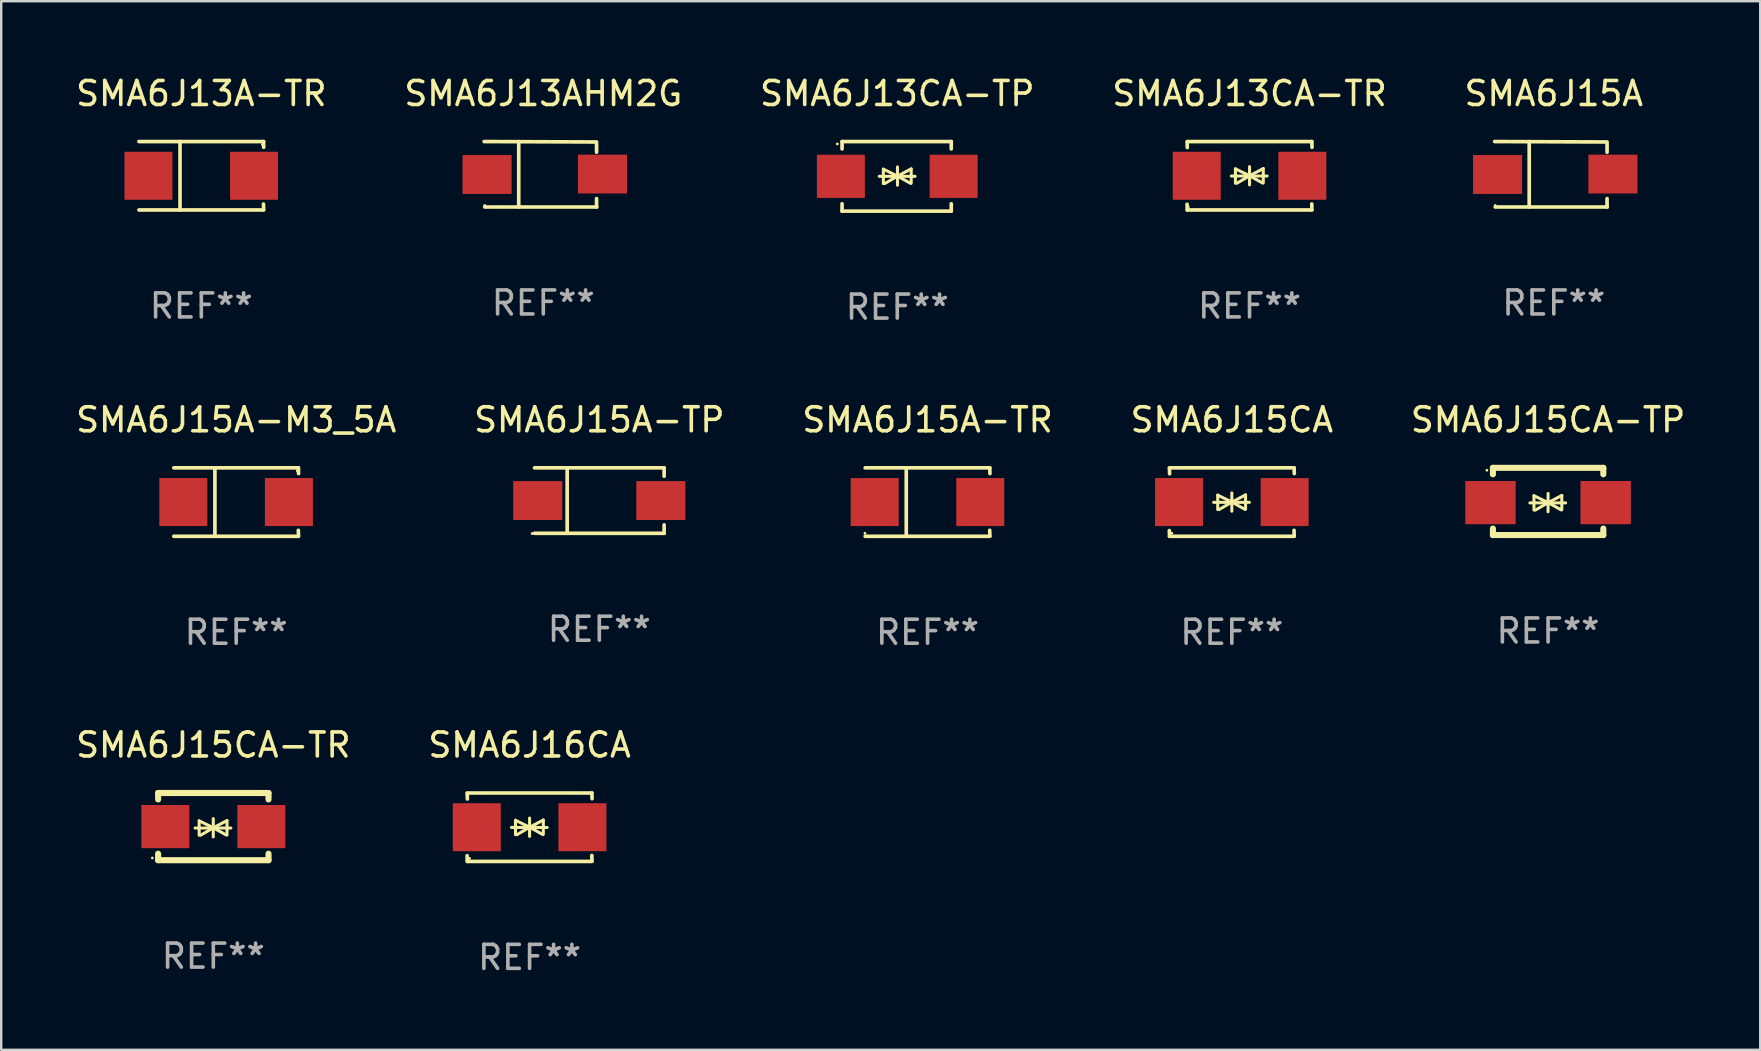
<source format=kicad_pcb>
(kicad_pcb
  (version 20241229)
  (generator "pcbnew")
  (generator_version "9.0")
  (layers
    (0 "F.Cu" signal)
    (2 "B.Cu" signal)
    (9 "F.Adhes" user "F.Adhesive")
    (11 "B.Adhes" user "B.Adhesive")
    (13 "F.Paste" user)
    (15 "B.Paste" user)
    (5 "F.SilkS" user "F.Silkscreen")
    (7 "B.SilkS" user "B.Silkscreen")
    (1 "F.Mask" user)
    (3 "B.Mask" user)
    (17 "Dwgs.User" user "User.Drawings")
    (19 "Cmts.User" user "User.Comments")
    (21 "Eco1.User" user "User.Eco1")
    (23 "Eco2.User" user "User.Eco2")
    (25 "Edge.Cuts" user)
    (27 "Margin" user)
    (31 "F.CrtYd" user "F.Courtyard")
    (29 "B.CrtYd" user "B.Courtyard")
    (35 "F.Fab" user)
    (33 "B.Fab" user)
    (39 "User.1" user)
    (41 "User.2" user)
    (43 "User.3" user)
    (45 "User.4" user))
  (footprint "SMA6J16CA"
    (layer "F.Cu")
    (at 19.018 31.42)
    (property "Reference" "SMA6J16CA" (at 0 -3.426 0) (layer "F.SilkS") (effects (font (size 1 1) (thickness 0.15))))
    (attr through_hole)
    (fp_line (start -2.596 -1.426) (end 2.596 -1.426) (stroke (width 0.152) (type solid)) (layer "F.SilkS"))
    (fp_line (start -2.596 1.426) (end -2.603 1.187) (stroke (width 0.152) (type solid)) (layer "F.SilkS"))
    (fp_line (start -2.596 1.426) (end 2.596 1.426) (stroke (width 0.152) (type solid)) (layer "F.SilkS"))
    (fp_line (start -2.593 -1.176) (end -2.6 -1.415) (stroke (width 0.152) (type solid)) (layer "F.SilkS"))
    (fp_line (start -0.758 0.011) (end 0.732 0.011) (stroke (width 0.127) (type solid)) (layer "F.SilkS"))
    (fp_line (start -0.588 -0.289) (end -0.588 0.311) (stroke (width 0.127) (type solid)) (layer "F.SilkS"))
    (fp_line (start -0.588 -0.289) (end 0 0) (stroke (width 0.127) (type solid)) (layer "F.SilkS"))
    (fp_line (start -0.528 0.311) (end 0 0) (stroke (width 0.127) (type solid)) (layer "F.SilkS"))
    (fp_line (start 0 0) (end 0 -0.381) (stroke (width 0.127) (type solid)) (layer "F.SilkS"))
    (fp_line (start 0 0) (end 0 0.381) (stroke (width 0.127) (type solid)) (layer "F.SilkS"))
    (fp_line (start 0.542 0.301) (end 0 0) (stroke (width 0.127) (type solid)) (layer "F.SilkS"))
    (fp_line (start 0.572 -0.299) (end 0 0) (stroke (width 0.127) (type solid)) (layer "F.SilkS"))
    (fp_line (start 0.572 -0.299) (end 0.572 0.301) (stroke (width 0.127) (type solid)) (layer "F.SilkS"))
    (fp_line (start 2.593 1.176) (end 2.6 1.415) (stroke (width 0.152) (type solid)) (layer "F.SilkS"))
    (fp_line (start 2.596 -1.426) (end 2.603 -1.187) (stroke (width 0.152) (type solid)) (layer "F.SilkS"))
    (fp_circle (center -2.5 1.3) (end -2.47 1.3) (stroke (width 0.06) (type solid)) (fill no) (layer "F.SilkS"))
    (fp_text user "REF**" (at 0 5.426 0) (layer "F.Fab") (effects (font (size 1 1) (thickness 0.15))))
    (pad "1" smd rect (at -2.2 0 180) (size 2 2) (layers "F.Cu" "F.Mask" "F.Paste"))
    (pad "2" smd rect (at 2.2 0 180) (size 2 2) (layers "F.Cu" "F.Mask" "F.Paste")))
  (footprint "SMA6J15CA-TR"
    (layer "F.Cu")
    (at 5.839 31.394)
    (property "Reference" "SMA6J15CA-TR" (at 0 -3.4 0) (layer "F.SilkS") (effects (font (size 1 1) (thickness 0.15))))
    (attr through_hole)
    (fp_line (start -2.3 -1.4) (end -2.3 -1.131) (stroke (width 0.254) (type solid)) (layer "F.SilkS"))
    (fp_line (start -2.3 -1.4) (end 2.3 -1.4) (stroke (width 0.254) (type solid)) (layer "F.SilkS"))
    (fp_line (start -2.3 1.131) (end -2.3 1.4) (stroke (width 0.254) (type solid)) (layer "F.SilkS"))
    (fp_line (start -2.3 1.4) (end 2.3 1.4) (stroke (width 0.254) (type solid)) (layer "F.SilkS"))
    (fp_line (start -0.76 0.06) (end 0.73 0.06) (stroke (width 0.127) (type solid)) (layer "F.SilkS"))
    (fp_line (start -0.59 -0.24) (end -0.59 0.36) (stroke (width 0.127) (type solid)) (layer "F.SilkS"))
    (fp_line (start -0.59 -0.24) (end -0.002 0.049) (stroke (width 0.127) (type solid)) (layer "F.SilkS"))
    (fp_line (start -0.53 0.36) (end -0.002 0.049) (stroke (width 0.127) (type solid)) (layer "F.SilkS"))
    (fp_line (start -0.002 0.049) (end -0.002 -0.332) (stroke (width 0.127) (type solid)) (layer "F.SilkS"))
    (fp_line (start -0.002 0.049) (end -0.002 0.43) (stroke (width 0.127) (type solid)) (layer "F.SilkS"))
    (fp_line (start 0.54 0.35) (end -0.002 0.049) (stroke (width 0.127) (type solid)) (layer "F.SilkS"))
    (fp_line (start 0.57 -0.25) (end -0.002 0.049) (stroke (width 0.127) (type solid)) (layer "F.SilkS"))
    (fp_line (start 0.57 -0.25) (end 0.57 0.35) (stroke (width 0.127) (type solid)) (layer "F.SilkS"))
    (fp_line (start 2.3 -1.4) (end 2.3 -1.131) (stroke (width 0.254) (type solid)) (layer "F.SilkS"))
    (fp_line (start 2.3 1.131) (end 2.3 1.4) (stroke (width 0.254) (type solid)) (layer "F.SilkS"))
    (fp_circle (center -2.542 1.308) (end -2.512 1.308) (stroke (width 0.06) (type solid)) (fill no) (layer "F.SilkS"))
    (fp_text user "REF**" (at 0 5.4 0) (layer "F.Fab") (effects (font (size 1 1) (thickness 0.15))))
    (pad "1" smd rect (at -2 0) (size 2 1.8) (layers "F.Cu" "F.Mask" "F.Paste"))
    (pad "2" smd rect (at 2 0) (size 2 1.8) (layers "F.Cu" "F.Mask" "F.Paste")))
  (footprint "SMA6J15CA-TP"
    (layer "F.Cu")
    (at 61.458 17.845)
    (property "Reference" "SMA6J15CA-TP" (at 0 -3.4 0) (layer "F.SilkS") (effects (font (size 1 1) (thickness 0.15))))
    (attr through_hole)
    (fp_line (start -2.298 -1.4) (end -2.298 -1.131) (stroke (width 0.254) (type solid)) (layer "F.SilkS"))
    (fp_line (start -2.298 -1.4) (end 2.302 -1.4) (stroke (width 0.254) (type solid)) (layer "F.SilkS"))
    (fp_line (start -2.298 1.131) (end -2.298 1.4) (stroke (width 0.254) (type solid)) (layer "F.SilkS"))
    (fp_line (start -2.298 1.4) (end 2.302 1.4) (stroke (width 0.254) (type solid)) (layer "F.SilkS"))
    (fp_line (start -0.758 0.06) (end 0.732 0.06) (stroke (width 0.127) (type solid)) (layer "F.SilkS"))
    (fp_line (start -0.588 -0.24) (end -0.588 0.36) (stroke (width 0.127) (type solid)) (layer "F.SilkS"))
    (fp_line (start -0.588 -0.24) (end 0.000025 0.049) (stroke (width 0.127) (type solid)) (layer "F.SilkS"))
    (fp_line (start -0.528 0.36) (end 0.000025 0.049) (stroke (width 0.127) (type solid)) (layer "F.SilkS"))
    (fp_line (start 0.000025 0.049) (end 0.000025 -0.332) (stroke (width 0.127) (type solid)) (layer "F.SilkS"))
    (fp_line (start 0.000025 0.049) (end 0.000025 0.43) (stroke (width 0.127) (type solid)) (layer "F.SilkS"))
    (fp_line (start 0.542 0.35) (end 0.000025 0.049) (stroke (width 0.127) (type solid)) (layer "F.SilkS"))
    (fp_line (start 0.572 -0.25) (end 0.000025 0.049) (stroke (width 0.127) (type solid)) (layer "F.SilkS"))
    (fp_line (start 0.572 -0.25) (end 0.572 0.35) (stroke (width 0.127) (type solid)) (layer "F.SilkS"))
    (fp_line (start 2.302 -1.4) (end 2.302 -1.131) (stroke (width 0.254) (type solid)) (layer "F.SilkS"))
    (fp_line (start 2.302 1.131) (end 2.302 1.4) (stroke (width 0.254) (type solid)) (layer "F.SilkS"))
    (fp_circle (center -2.549 -1.301) (end -2.519 -1.301) (stroke (width 0.06) (type solid)) (fill no) (layer "F.SilkS"))
    (fp_text user "REF**" (at 0 5.4 0) (layer "F.Fab") (effects (font (size 1 1) (thickness 0.15))))
    (pad "1" smd rect (at -2.4 0.049) (size 2.1 1.8) (layers "F.Cu" "F.Mask" "F.Paste"))
    (pad "2" smd rect (at 2.4 0.049) (size 2.1 1.8) (layers "F.Cu" "F.Mask" "F.Paste")))
  (footprint "SMA6J15A-TP"
    (layer "F.Cu")
    (at 21.923 17.808)
    (property "Reference" "SMA6J15A-TP" (at 0 -3.364 0) (layer "F.SilkS") (effects (font (size 1 1) (thickness 0.15))))
    (attr through_hole)
    (fp_line (start -2.701 -1.364) (end 2.701 -1.364) (stroke (width 0.152) (type solid)) (layer "F.SilkS"))
    (fp_line (start -2.701 1.364) (end 2.701 1.364) (stroke (width 0.152) (type solid)) (layer "F.SilkS"))
    (fp_line (start -1.339 -1.364) (end -1.339 1.364) (stroke (width 0.152) (type solid)) (layer "F.SilkS"))
    (fp_line (start 2.701 -1.364) (end 2.701 -1.013) (stroke (width 0.152) (type solid)) (layer "F.SilkS"))
    (fp_line (start 2.701 1.364) (end 2.701 1.013) (stroke (width 0.152) (type solid)) (layer "F.SilkS"))
    (fp_circle (center -2.8 1.375) (end -2.77 1.375) (stroke (width 0.06) (type solid)) (fill no) (layer "F.SilkS"))
    (fp_text user "REF**" (at 0 5.364 0) (layer "F.Fab") (effects (font (size 1 1) (thickness 0.15))))
    (pad "1" smd rect (at -2.565 -0.000025) (size 2.046 1.62) (layers "F.Cu" "F.Mask" "F.Paste"))
    (pad "2" smd rect (at 2.565 -0.000025) (size 2.046 1.62) (layers "F.Cu" "F.Mask" "F.Paste")))
  (footprint "SMA6J13CA-TP"
    (layer "F.Cu")
    (at 34.339 4.298)
    (property "Reference" "SMA6J13CA-TP" (at 0 -3.45 0) (layer "F.SilkS") (effects (font (size 1 1) (thickness 0.15))))
    (attr through_hole)
    (fp_line (start -2.3 -1.45) (end -2.3 -1.143) (stroke (width 0.152) (type solid)) (layer "F.SilkS"))
    (fp_line (start -2.3 -1.45) (end 2.25 -1.45) (stroke (width 0.152) (type solid)) (layer "F.SilkS"))
    (fp_line (start -2.3 1.45) (end -2.3 1.143) (stroke (width 0.152) (type solid)) (layer "F.SilkS"))
    (fp_line (start -0.75 0.000025) (end 0.74 0.000025) (stroke (width 0.127) (type solid)) (layer "F.SilkS"))
    (fp_line (start -0.58 -0.3) (end -0.58 0.3) (stroke (width 0.127) (type solid)) (layer "F.SilkS"))
    (fp_line (start -0.58 -0.3) (end 0.008 -0.011) (stroke (width 0.127) (type solid)) (layer "F.SilkS"))
    (fp_line (start -0.52 0.3) (end 0.008 -0.011) (stroke (width 0.127) (type solid)) (layer "F.SilkS"))
    (fp_line (start 0.008 -0.011) (end 0.008 -0.392) (stroke (width 0.127) (type solid)) (layer "F.SilkS"))
    (fp_line (start 0.008 -0.011) (end 0.008 0.37) (stroke (width 0.127) (type solid)) (layer "F.SilkS"))
    (fp_line (start 0.55 0.29) (end 0.008 -0.011) (stroke (width 0.127) (type solid)) (layer "F.SilkS"))
    (fp_line (start 0.58 -0.31) (end 0.008 -0.011) (stroke (width 0.127) (type solid)) (layer "F.SilkS"))
    (fp_line (start 0.58 -0.31) (end 0.58 0.29) (stroke (width 0.127) (type solid)) (layer "F.SilkS"))
    (fp_line (start 2.25 -1.45) (end 2.25 -1.143) (stroke (width 0.152) (type solid)) (layer "F.SilkS"))
    (fp_line (start 2.25 1.45) (end -2.3 1.45) (stroke (width 0.152) (type solid)) (layer "F.SilkS"))
    (fp_line (start 2.25 1.45) (end 2.25 1.143) (stroke (width 0.152) (type solid)) (layer "F.SilkS"))
    (fp_circle (center -2.5 -1.35) (end -2.47 -1.35) (stroke (width 0.06) (type solid)) (fill no) (layer "F.SilkS"))
    (fp_text user "REF**" (at 0 5.45 0) (layer "F.Fab") (effects (font (size 1 1) (thickness 0.15))))
    (pad "1" smd rect (at -2.35 -0.000025) (size 2 1.8) (layers "F.Cu" "F.Mask" "F.Paste"))
    (pad "2" smd rect (at 2.35 -0.000025) (size 2 1.8) (layers "F.Cu" "F.Mask" "F.Paste")))
  (footprint "SMA6J15A-TR"
    (layer "F.Cu")
    (at 35.601 17.871)
    (property "Reference" "SMA6J15A-TR" (at 0 -3.426 0) (layer "F.SilkS") (effects (font (size 1 1) (thickness 0.15))))
    (attr through_hole)
    (fp_line (start -2.6 -1.426) (end 2.593 -1.426) (stroke (width 0.152) (type solid)) (layer "F.SilkS"))
    (fp_line (start -2.6 1.426) (end 2.593 1.426) (stroke (width 0.152) (type solid)) (layer "F.SilkS"))
    (fp_line (start -0.887 -1.426) (end -0.887 1.426) (stroke (width 0.152) (type solid)) (layer "F.SilkS"))
    (fp_line (start 2.59 1.176) (end 2.597 1.415) (stroke (width 0.152) (type solid)) (layer "F.SilkS"))
    (fp_line (start 2.593 -1.426) (end 2.6 -1.187) (stroke (width 0.152) (type solid)) (layer "F.SilkS"))
    (fp_circle (center -2.608 1.3) (end -2.578 1.3) (stroke (width 0.06) (type solid)) (fill no) (layer "F.SilkS"))
    (fp_text user "REF**" (at 0 5.426 0) (layer "F.Fab") (effects (font (size 1 1) (thickness 0.15))))
    (pad "1" smd rect (at -2.203 0 180) (size 2 2) (layers "F.Cu" "F.Mask" "F.Paste"))
    (pad "2" smd rect (at 2.197 0 180) (size 2 2) (layers "F.Cu" "F.Mask" "F.Paste")))
  (footprint "SMA6J15A-M3_5A"
    (layer "F.Cu")
    (at 6.792 17.871)
    (property "Reference" "SMA6J15A-M3_5A" (at 0 -3.426 0) (layer "F.SilkS") (effects (font (size 1 1) (thickness 0.15))))
    (attr through_hole)
    (fp_line (start -2.6 -1.426) (end 2.593 -1.426) (stroke (width 0.152) (type solid)) (layer "F.SilkS"))
    (fp_line (start -2.6 1.426) (end 2.593 1.426) (stroke (width 0.152) (type solid)) (layer "F.SilkS"))
    (fp_line (start -0.887 -1.426) (end -0.887 1.426) (stroke (width 0.152) (type solid)) (layer "F.SilkS"))
    (fp_line (start 2.59 1.176) (end 2.597 1.415) (stroke (width 0.152) (type solid)) (layer "F.SilkS"))
    (fp_line (start 2.593 -1.426) (end 2.6 -1.187) (stroke (width 0.152) (type solid)) (layer "F.SilkS"))
    (fp_circle (center 2.547 -1.3) (end 2.577 -1.3) (stroke (width 0.06) (type solid)) (fill no) (layer "F.SilkS"))
    (fp_text user "REF**" (at 0 5.426 0) (layer "F.Fab") (effects (font (size 1 1) (thickness 0.15))))
    (pad "1" smd rect (at 2.197 -0.000025 180) (size 2 2) (layers "F.Cu" "F.Mask" "F.Paste"))
    (pad "2" smd rect (at -2.203 -0.000025 180) (size 2 2) (layers "F.Cu" "F.Mask" "F.Paste")))
  (footprint "SMA6J13A-TR"
    (layer "F.Cu")
    (at 5.339 4.274)
    (property "Reference" "SMA6J13A-TR" (at 0 -3.426 0) (layer "F.SilkS") (effects (font (size 1 1) (thickness 0.15))))
    (attr through_hole)
    (fp_line (start -2.6 -1.426) (end 2.593 -1.426) (stroke (width 0.152) (type solid)) (layer "F.SilkS"))
    (fp_line (start -2.6 1.426) (end 2.593 1.426) (stroke (width 0.152) (type solid)) (layer "F.SilkS"))
    (fp_line (start -0.887 -1.426) (end -0.887 1.426) (stroke (width 0.152) (type solid)) (layer "F.SilkS"))
    (fp_line (start 2.59 1.176) (end 2.597 1.415) (stroke (width 0.152) (type solid)) (layer "F.SilkS"))
    (fp_line (start 2.593 -1.426) (end 2.6 -1.187) (stroke (width 0.152) (type solid)) (layer "F.SilkS"))
    (fp_circle (center 2.547 -1.3) (end 2.577 -1.3) (stroke (width 0.06) (type solid)) (fill no) (layer "F.SilkS"))
    (fp_text user "REF**" (at 0 5.426 0) (layer "F.Fab") (effects (font (size 1 1) (thickness 0.15))))
    (pad "1" smd rect (at 2.197 -0.000025 180) (size 2 2) (layers "F.Cu" "F.Mask" "F.Paste"))
    (pad "2" smd rect (at -2.203 -0.000025 180) (size 2 2) (layers "F.Cu" "F.Mask" "F.Paste")))
  (footprint "SMA6J13AHM2G"
    (layer "F.Cu")
    (at 19.589 4.212)
    (property "Reference" "SMA6J13AHM2G" (at 0 -3.364 0) (layer "F.SilkS") (effects (font (size 1 1) (thickness 0.15))))
    (attr through_hole)
    (fp_line (start -2.465 -1.364) (end 2.22 -1.346) (stroke (width 0.152) (type solid)) (layer "F.SilkS"))
    (fp_line (start -2.442 1.364) (end 2.226 1.364) (stroke (width 0.152) (type solid)) (layer "F.SilkS"))
    (fp_line (start -1.024 -1.364) (end -1.024 1.364) (stroke (width 0.152) (type solid)) (layer "F.SilkS"))
    (fp_line (start 2.22 -1.27) (end 2.22 -0.919) (stroke (width 0.152) (type solid)) (layer "F.SilkS"))
    (fp_line (start 2.22 1.364) (end 2.22 1.013) (stroke (width 0.152) (type solid)) (layer "F.SilkS"))
    (fp_circle (center -2.439 1.3) (end -2.409 1.3) (stroke (width 0.06) (type solid)) (fill no) (layer "F.SilkS"))
    (fp_text user "REF**" (at 0 5.364 0) (layer "F.Fab") (effects (font (size 1 1) (thickness 0.15))))
    (pad "1" smd rect (at -2.343 0.009) (size 2.046 1.62) (layers "F.Cu" "F.Mask" "F.Paste"))
    (pad "2" smd rect (at 2.465 -0.009 180) (size 2.046 1.62) (layers "F.Cu" "F.Mask" "F.Paste")))
  (footprint "SMA6J15CA"
    (layer "F.Cu")
    (at 48.28 17.871)
    (property "Reference" "SMA6J15CA" (at 0 -3.426 0) (layer "F.SilkS") (effects (font (size 1 1) (thickness 0.15))))
    (attr through_hole)
    (fp_line (start -2.596 -1.426) (end 2.596 -1.426) (stroke (width 0.152) (type solid)) (layer "F.SilkS"))
    (fp_line (start -2.596 1.426) (end -2.603 1.187) (stroke (width 0.152) (type solid)) (layer "F.SilkS"))
    (fp_line (start -2.596 1.426) (end 2.596 1.426) (stroke (width 0.152) (type solid)) (layer "F.SilkS"))
    (fp_line (start -2.593 -1.176) (end -2.6 -1.415) (stroke (width 0.152) (type solid)) (layer "F.SilkS"))
    (fp_line (start -0.758 0.011) (end 0.732 0.011) (stroke (width 0.127) (type solid)) (layer "F.SilkS"))
    (fp_line (start -0.588 -0.289) (end -0.588 0.311) (stroke (width 0.127) (type solid)) (layer "F.SilkS"))
    (fp_line (start -0.588 -0.289) (end 0 0) (stroke (width 0.127) (type solid)) (layer "F.SilkS"))
    (fp_line (start -0.528 0.311) (end 0 0) (stroke (width 0.127) (type solid)) (layer "F.SilkS"))
    (fp_line (start 0 0) (end 0 -0.381) (stroke (width 0.127) (type solid)) (layer "F.SilkS"))
    (fp_line (start 0 0) (end 0 0.381) (stroke (width 0.127) (type solid)) (layer "F.SilkS"))
    (fp_line (start 0.542 0.301) (end 0 0) (stroke (width 0.127) (type solid)) (layer "F.SilkS"))
    (fp_line (start 0.572 -0.299) (end 0 0) (stroke (width 0.127) (type solid)) (layer "F.SilkS"))
    (fp_line (start 0.572 -0.299) (end 0.572 0.301) (stroke (width 0.127) (type solid)) (layer "F.SilkS"))
    (fp_line (start 2.593 1.176) (end 2.6 1.415) (stroke (width 0.152) (type solid)) (layer "F.SilkS"))
    (fp_line (start 2.596 -1.426) (end 2.603 -1.187) (stroke (width 0.152) (type solid)) (layer "F.SilkS"))
    (fp_circle (center -2.5 1.3) (end -2.47 1.3) (stroke (width 0.06) (type solid)) (fill no) (layer "F.SilkS"))
    (fp_text user "REF**" (at 0 5.426 0) (layer "F.Fab") (effects (font (size 1 1) (thickness 0.15))))
    (pad "1" smd rect (at -2.2 0 180) (size 2 2) (layers "F.Cu" "F.Mask" "F.Paste"))
    (pad "2" smd rect (at 2.2 0 180) (size 2 2) (layers "F.Cu" "F.Mask" "F.Paste")))
  (footprint "SMA6J13CA-TR"
    (layer "F.Cu")
    (at 49.018 4.274)
    (property "Reference" "SMA6J13CA-TR" (at 0 -3.426 0) (layer "F.SilkS") (effects (font (size 1 1) (thickness 0.15))))
    (attr through_hole)
    (fp_line (start -2.596 -1.426) (end 2.596 -1.426) (stroke (width 0.152) (type solid)) (layer "F.SilkS"))
    (fp_line (start -2.596 1.426) (end -2.603 1.187) (stroke (width 0.152) (type solid)) (layer "F.SilkS"))
    (fp_line (start -2.596 1.426) (end 2.596 1.426) (stroke (width 0.152) (type solid)) (layer "F.SilkS"))
    (fp_line (start -2.593 -1.176) (end -2.6 -1.415) (stroke (width 0.152) (type solid)) (layer "F.SilkS"))
    (fp_line (start -0.758 0.011) (end 0.732 0.011) (stroke (width 0.127) (type solid)) (layer "F.SilkS"))
    (fp_line (start -0.588 -0.289) (end -0.588 0.311) (stroke (width 0.127) (type solid)) (layer "F.SilkS"))
    (fp_line (start -0.588 -0.289) (end 0 0) (stroke (width 0.127) (type solid)) (layer "F.SilkS"))
    (fp_line (start -0.528 0.311) (end 0 0) (stroke (width 0.127) (type solid)) (layer "F.SilkS"))
    (fp_line (start 0 0) (end 0 -0.381) (stroke (width 0.127) (type solid)) (layer "F.SilkS"))
    (fp_line (start 0 0) (end 0 0.381) (stroke (width 0.127) (type solid)) (layer "F.SilkS"))
    (fp_line (start 0.542 0.301) (end 0 0) (stroke (width 0.127) (type solid)) (layer "F.SilkS"))
    (fp_line (start 0.572 -0.299) (end 0 0) (stroke (width 0.127) (type solid)) (layer "F.SilkS"))
    (fp_line (start 0.572 -0.299) (end 0.572 0.301) (stroke (width 0.127) (type solid)) (layer "F.SilkS"))
    (fp_line (start 2.593 1.176) (end 2.6 1.415) (stroke (width 0.152) (type solid)) (layer "F.SilkS"))
    (fp_line (start 2.596 -1.426) (end 2.603 -1.187) (stroke (width 0.152) (type solid)) (layer "F.SilkS"))
    (fp_circle (center -2.55 1.3) (end -2.52 1.3) (stroke (width 0.06) (type solid)) (fill no) (layer "F.SilkS"))
    (fp_text user "REF**" (at 0 5.426 0) (layer "F.Fab") (effects (font (size 1 1) (thickness 0.15))))
    (pad "1" smd rect (at -2.2 0 180) (size 2 2) (layers "F.Cu" "F.Mask" "F.Paste"))
    (pad "2" smd rect (at 2.2 0 180) (size 2 2) (layers "F.Cu" "F.Mask" "F.Paste")))
  (footprint "SMA6J15A"
    (layer "F.Cu")
    (at 61.696 4.212)
    (property "Reference" "SMA6J15A" (at 0 -3.364 0) (layer "F.SilkS") (effects (font (size 1 1) (thickness 0.15))))
    (attr through_hole)
    (fp_line (start -2.465 -1.364) (end 2.22 -1.346) (stroke (width 0.152) (type solid)) (layer "F.SilkS"))
    (fp_line (start -2.442 1.364) (end 2.226 1.364) (stroke (width 0.152) (type solid)) (layer "F.SilkS"))
    (fp_line (start -1.024 -1.364) (end -1.024 1.364) (stroke (width 0.152) (type solid)) (layer "F.SilkS"))
    (fp_line (start 2.22 -1.27) (end 2.22 -0.919) (stroke (width 0.152) (type solid)) (layer "F.SilkS"))
    (fp_line (start 2.22 1.364) (end 2.22 1.013) (stroke (width 0.152) (type solid)) (layer "F.SilkS"))
    (fp_circle (center -2.439 1.3) (end -2.409 1.3) (stroke (width 0.06) (type solid)) (fill no) (layer "F.SilkS"))
    (fp_text user "REF**" (at 0 5.364 0) (layer "F.Fab") (effects (font (size 1 1) (thickness 0.15))))
    (pad "1" smd rect (at -2.343 0.009) (size 2.046 1.62) (layers "F.Cu" "F.Mask" "F.Paste"))
    (pad "2" smd rect (at 2.465 -0.009 180) (size 2.046 1.62) (layers "F.Cu" "F.Mask" "F.Paste")))
  (gr_rect
    (start -3 -3)
    (end 70.298 40.694)
    (stroke (width 0.1) (type default))
    (fill no)
    (layer "Edge.Cuts")))
</source>
